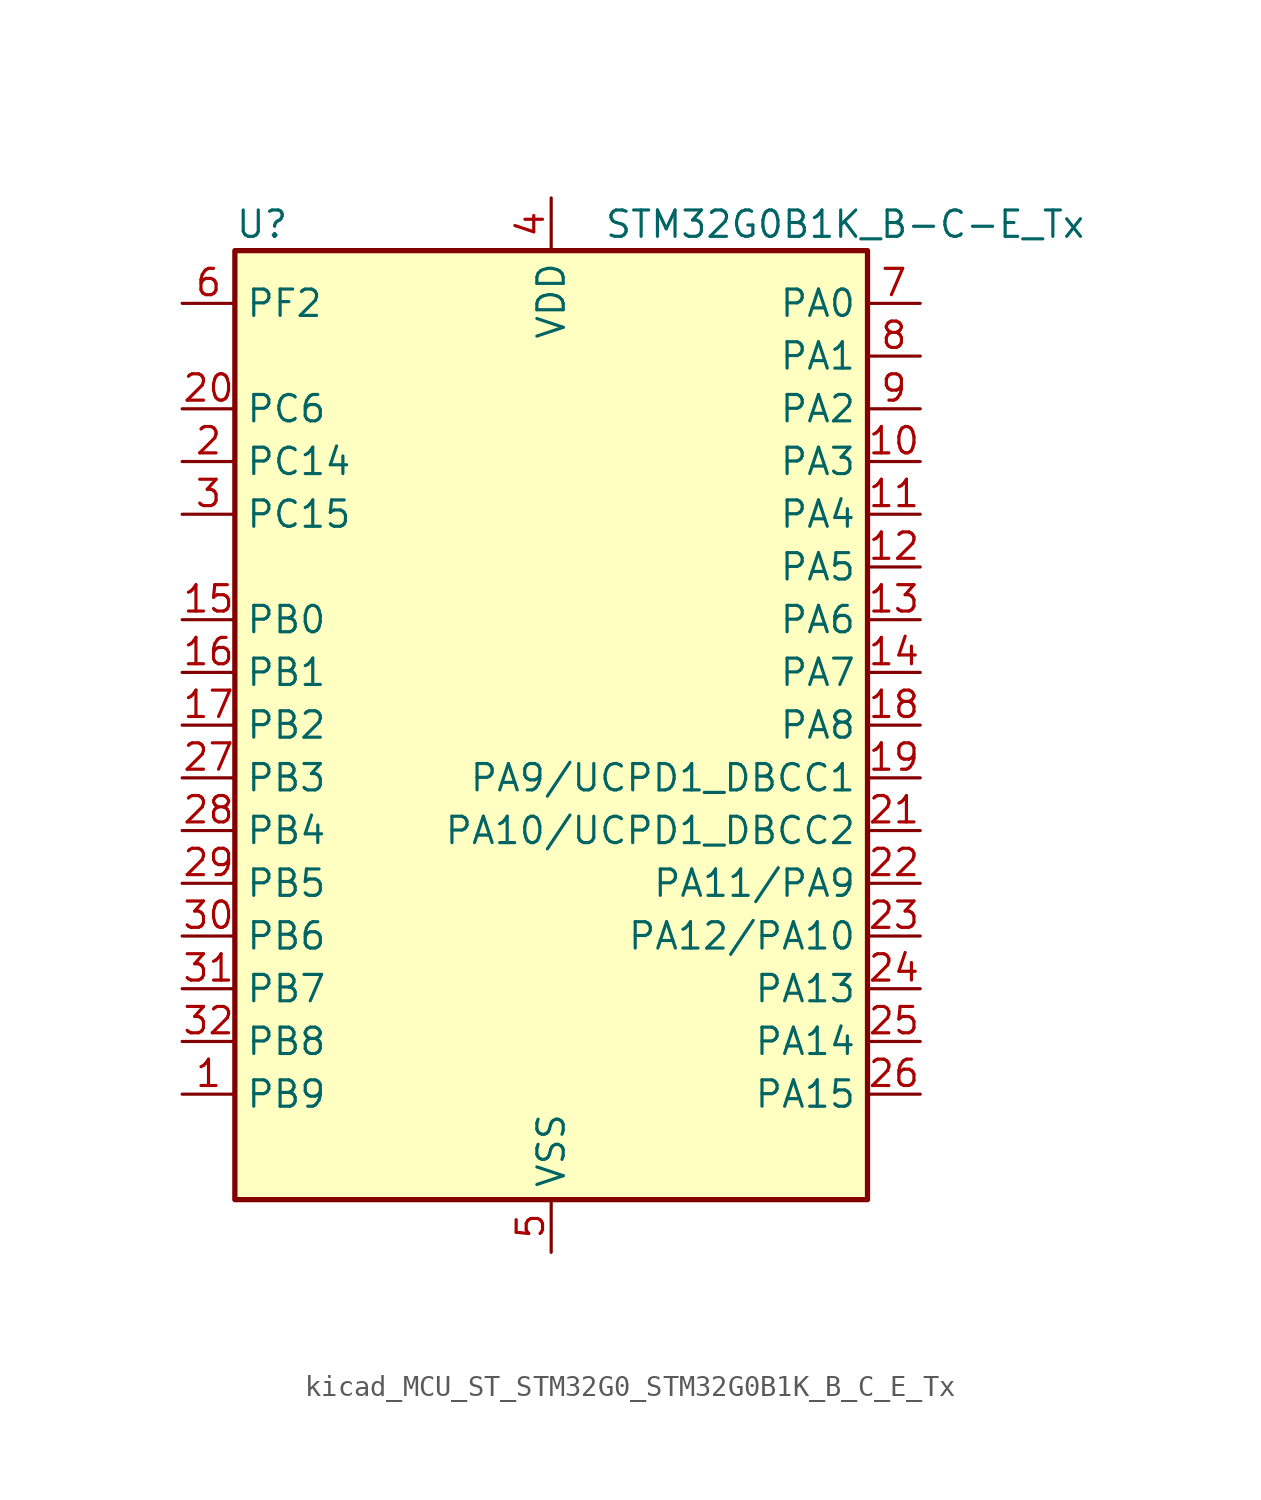
<source format=kicad_sym>
(kicad_symbol_lib
  (version 20220914)
  (generator kicad_symbol_editor)
  (symbol "kicad_MCU_ST_STM32G0_STM32G0B1K_B_C_E_Tx"
    (property "Reference" "U"
      (at -15.24 24.13 0)
      (effects (font (size 1.27 1.27)) (justify left)))
    (property "Value" "STM32G0B1K_B-C-E_Tx"
      (at 2.54 24.13 0)
      (effects (font (size 1.27 1.27)) (justify left)))
    (property "ki_locked" ""
      (at 0 0 0)
      (effects (font (size 1.27 1.27))))
    (symbol "kicad_MCU_ST_STM32G0_STM32G0B1K_B_C_E_Tx_0_1"
      (rectangle (start -15.24 -22.86) (end 15.24 22.86) (stroke (width 0.254) (type default)) (fill (type background))))
    (symbol "kicad_MCU_ST_STM32G0_STM32G0B1K_B_C_E_Tx_1_1"
      (pin bidirectional line (at -17.78 -17.78 0) (length 2.54) (name "PB9" (effects (font (size 1.27 1.27)))) (number "1" (effects (font (size 1.27 1.27)))) (alternate "DAC1_EXTI9" bidirectional line) (alternate "FDCAN1_TX" bidirectional line) (alternate "I2C1_SDA" bidirectional line) (alternate "I2S2_WS" bidirectional line) (alternate "IR_OUT" bidirectional line) (alternate "SPI2_NSS" bidirectional line) (alternate "TIM17_CH1" bidirectional line) (alternate "TIM4_CH4" bidirectional line) (alternate "USART3_RX" bidirectional line) (alternate "USART6_RX" bidirectional line))
      (pin bidirectional line (at 17.78 12.7 180) (length 2.54) (name "PA3" (effects (font (size 1.27 1.27)))) (number "10" (effects (font (size 1.27 1.27)))) (alternate "ADC1_IN3" bidirectional line) (alternate "COMP2_INP" bidirectional line) (alternate "I2S2_MCK" bidirectional line) (alternate "LPUART1_RX" bidirectional line) (alternate "SPI2_MISO" bidirectional line) (alternate "TIM15_CH2" bidirectional line) (alternate "TIM2_CH4" bidirectional line) (alternate "USART2_RX" bidirectional line))
      (pin bidirectional line (at 17.78 10.16 180) (length 2.54) (name "PA4" (effects (font (size 1.27 1.27)))) (number "11" (effects (font (size 1.27 1.27)))) (alternate "ADC1_IN4" bidirectional line) (alternate "DAC1_OUT1" bidirectional line) (alternate "I2S1_WS" bidirectional line) (alternate "I2S2_SD" bidirectional line) (alternate "LPTIM2_OUT" bidirectional line) (alternate "RTC_OUT1" bidirectional line) (alternate "RTC_TAMP_IN1" bidirectional line) (alternate "RTC_TS" bidirectional line) (alternate "SPI1_NSS" bidirectional line) (alternate "SPI2_MOSI" bidirectional line) (alternate "SPI3_NSS" bidirectional line) (alternate "SYS_WKUP2" bidirectional line) (alternate "TIM14_CH1" bidirectional line) (alternate "USART6_TX" bidirectional line) (alternate "USB_NOE" bidirectional line))
      (pin bidirectional line (at 17.78 7.62 180) (length 2.54) (name "PA5" (effects (font (size 1.27 1.27)))) (number "12" (effects (font (size 1.27 1.27)))) (alternate "ADC1_IN5" bidirectional line) (alternate "CEC" bidirectional line) (alternate "DAC1_OUT2" bidirectional line) (alternate "I2S1_CK" bidirectional line) (alternate "LPTIM2_ETR" bidirectional line) (alternate "SPI1_SCK" bidirectional line) (alternate "TIM2_CH1" bidirectional line) (alternate "TIM2_ETR" bidirectional line) (alternate "UCPD1_FRSTX1" bidirectional line) (alternate "UCPD1_FRSTX2" bidirectional line) (alternate "USART3_TX" bidirectional line) (alternate "USART6_RX" bidirectional line))
      (pin bidirectional line (at 17.78 5.08 180) (length 2.54) (name "PA6" (effects (font (size 1.27 1.27)))) (number "13" (effects (font (size 1.27 1.27)))) (alternate "ADC1_IN6" bidirectional line) (alternate "COMP1_OUT" bidirectional line) (alternate "I2C2_SDA" bidirectional line) (alternate "I2C3_SDA" bidirectional line) (alternate "I2S1_MCK" bidirectional line) (alternate "LPUART1_CTS" bidirectional line) (alternate "SPI1_MISO" bidirectional line) (alternate "TIM16_CH1" bidirectional line) (alternate "TIM1_BK" bidirectional line) (alternate "TIM3_CH1" bidirectional line) (alternate "USART3_CTS" bidirectional line) (alternate "USART3_NSS" bidirectional line) (alternate "USART6_CTS" bidirectional line) (alternate "USART6_NSS" bidirectional line))
      (pin bidirectional line (at 17.78 2.54 180) (length 2.54) (name "PA7" (effects (font (size 1.27 1.27)))) (number "14" (effects (font (size 1.27 1.27)))) (alternate "ADC1_IN7" bidirectional line) (alternate "COMP2_OUT" bidirectional line) (alternate "I2C2_SCL" bidirectional line) (alternate "I2C3_SCL" bidirectional line) (alternate "I2S1_SD" bidirectional line) (alternate "SPI1_MOSI" bidirectional line) (alternate "TIM14_CH1" bidirectional line) (alternate "TIM17_CH1" bidirectional line) (alternate "TIM1_CH1N" bidirectional line) (alternate "TIM3_CH2" bidirectional line) (alternate "UCPD1_FRSTX1" bidirectional line) (alternate "UCPD1_FRSTX2" bidirectional line) (alternate "USART6_CK" bidirectional line) (alternate "USART6_DE" bidirectional line) (alternate "USART6_RTS" bidirectional line))
      (pin bidirectional line (at -17.78 5.08 0) (length 2.54) (name "PB0" (effects (font (size 1.27 1.27)))) (number "15" (effects (font (size 1.27 1.27)))) (alternate "ADC1_IN8" bidirectional line) (alternate "COMP1_OUT" bidirectional line) (alternate "COMP3_INP" bidirectional line) (alternate "FDCAN2_RX" bidirectional line) (alternate "I2S1_WS" bidirectional line) (alternate "LPTIM1_OUT" bidirectional line) (alternate "LPUART2_CTS" bidirectional line) (alternate "SPI1_NSS" bidirectional line) (alternate "TIM1_CH2N" bidirectional line) (alternate "TIM3_CH3" bidirectional line) (alternate "UCPD1_FRSTX1" bidirectional line) (alternate "UCPD1_FRSTX2" bidirectional line) (alternate "USART3_RX" bidirectional line) (alternate "USART5_TX" bidirectional line))
      (pin bidirectional line (at -17.78 2.54 0) (length 2.54) (name "PB1" (effects (font (size 1.27 1.27)))) (number "16" (effects (font (size 1.27 1.27)))) (alternate "ADC1_IN9" bidirectional line) (alternate "COMP1_INM" bidirectional line) (alternate "COMP3_OUT" bidirectional line) (alternate "FDCAN2_TX" bidirectional line) (alternate "LPTIM2_IN1" bidirectional line) (alternate "LPUART1_DE" bidirectional line) (alternate "LPUART1_RTS" bidirectional line) (alternate "LPUART2_DE" bidirectional line) (alternate "LPUART2_RTS" bidirectional line) (alternate "TIM14_CH1" bidirectional line) (alternate "TIM1_CH3N" bidirectional line) (alternate "TIM3_CH4" bidirectional line) (alternate "USART3_CK" bidirectional line) (alternate "USART3_DE" bidirectional line) (alternate "USART3_RTS" bidirectional line) (alternate "USART5_RX" bidirectional line))
      (pin bidirectional line (at -17.78 0 0) (length 2.54) (name "PB2" (effects (font (size 1.27 1.27)))) (number "17" (effects (font (size 1.27 1.27)))) (alternate "ADC1_IN10" bidirectional line) (alternate "COMP1_INP" bidirectional line) (alternate "COMP3_INM" bidirectional line) (alternate "I2S2_MCK" bidirectional line) (alternate "LPTIM1_OUT" bidirectional line) (alternate "RCC_MCO_2" bidirectional line) (alternate "SPI2_MISO" bidirectional line) (alternate "USART3_TX" bidirectional line))
      (pin bidirectional line (at 17.78 0 180) (length 2.54) (name "PA8" (effects (font (size 1.27 1.27)))) (number "18" (effects (font (size 1.27 1.27)))) (alternate "CRS1_SYNC" bidirectional line) (alternate "I2C2_SMBA" bidirectional line) (alternate "I2S2_WS" bidirectional line) (alternate "LPTIM2_OUT" bidirectional line) (alternate "RCC_MCO" bidirectional line) (alternate "SPI2_NSS" bidirectional line) (alternate "TIM1_CH1" bidirectional line) (alternate "UCPD1_CC1" bidirectional line))
      (pin bidirectional line (at 17.78 -2.54 180) (length 2.54) (name "PA9/UCPD1_DBCC1" (effects (font (size 1.27 1.27)))) (number "19" (effects (font (size 1.27 1.27)))) (alternate "DAC1_EXTI9" bidirectional line) (alternate "I2C1_SCL" bidirectional line) (alternate "I2C2_SCL" bidirectional line) (alternate "I2S2_MCK" bidirectional line) (alternate "RCC_MCO" bidirectional line) (alternate "SPI2_MISO" bidirectional line) (alternate "TIM15_BK" bidirectional line) (alternate "TIM1_CH2" bidirectional line) (alternate "UCPD1_DBCC1" bidirectional line) (alternate "USART1_TX" bidirectional line))
      (pin bidirectional line (at -17.78 12.7 0) (length 2.54) (name "PC14" (effects (font (size 1.27 1.27)))) (number "2" (effects (font (size 1.27 1.27)))) (alternate "RCC_OSC32_IN" bidirectional line) (alternate "RCC_OSC_IN" bidirectional line) (alternate "TIM1_BK2" bidirectional line))
      (pin bidirectional line (at -17.78 15.24 0) (length 2.54) (name "PC6" (effects (font (size 1.27 1.27)))) (number "20" (effects (font (size 1.27 1.27)))) (alternate "LPUART2_TX" bidirectional line) (alternate "TIM2_CH3" bidirectional line) (alternate "TIM3_CH1" bidirectional line) (alternate "UCPD1_FRSTX1" bidirectional line) (alternate "UCPD1_FRSTX2" bidirectional line))
      (pin bidirectional line (at 17.78 -5.08 180) (length 2.54) (name "PA10/UCPD1_DBCC2" (effects (font (size 1.27 1.27)))) (number "21" (effects (font (size 1.27 1.27)))) (alternate "I2C1_SDA" bidirectional line) (alternate "I2C2_SDA" bidirectional line) (alternate "I2S2_SD" bidirectional line) (alternate "RCC_MCO_2" bidirectional line) (alternate "SPI2_MOSI" bidirectional line) (alternate "TIM17_BK" bidirectional line) (alternate "TIM1_CH3" bidirectional line) (alternate "UCPD1_DBCC2" bidirectional line) (alternate "USART1_RX" bidirectional line))
      (pin bidirectional line (at 17.78 -7.62 180) (length 2.54) (name "PA11/PA9" (effects (font (size 1.27 1.27)))) (number "22" (effects (font (size 1.27 1.27)))) (alternate "ADC1_EXTI11" bidirectional line) (alternate "COMP1_OUT" bidirectional line) (alternate "FDCAN1_RX" bidirectional line) (alternate "I2C2_SCL" bidirectional line) (alternate "I2S1_MCK" bidirectional line) (alternate "SPI1_MISO" bidirectional line) (alternate "TIM1_BK2" bidirectional line) (alternate "TIM1_CH4" bidirectional line) (alternate "USART1_CTS" bidirectional line) (alternate "USART1_NSS" bidirectional line) (alternate "USB_DM" bidirectional line))
      (pin bidirectional line (at 17.78 -10.16 180) (length 2.54) (name "PA12/PA10" (effects (font (size 1.27 1.27)))) (number "23" (effects (font (size 1.27 1.27)))) (alternate "COMP2_OUT" bidirectional line) (alternate "FDCAN1_TX" bidirectional line) (alternate "I2C2_SDA" bidirectional line) (alternate "I2S1_SD" bidirectional line) (alternate "I2S_CKIN" bidirectional line) (alternate "SPI1_MOSI" bidirectional line) (alternate "TIM1_ETR" bidirectional line) (alternate "USART1_CK" bidirectional line) (alternate "USART1_DE" bidirectional line) (alternate "USART1_RTS" bidirectional line) (alternate "USB_DP" bidirectional line))
      (pin bidirectional line (at 17.78 -12.7 180) (length 2.54) (name "PA13" (effects (font (size 1.27 1.27)))) (number "24" (effects (font (size 1.27 1.27)))) (alternate "IR_OUT" bidirectional line) (alternate "LPUART2_RX" bidirectional line) (alternate "SYS_SWDIO" bidirectional line) (alternate "USB_NOE" bidirectional line))
      (pin bidirectional line (at 17.78 -15.24 180) (length 2.54) (name "PA14" (effects (font (size 1.27 1.27)))) (number "25" (effects (font (size 1.27 1.27)))) (alternate "LPUART2_TX" bidirectional line) (alternate "SYS_SWCLK" bidirectional line) (alternate "USART2_TX" bidirectional line))
      (pin bidirectional line (at 17.78 -17.78 180) (length 2.54) (name "PA15" (effects (font (size 1.27 1.27)))) (number "26" (effects (font (size 1.27 1.27)))) (alternate "I2C2_SMBA" bidirectional line) (alternate "I2S1_WS" bidirectional line) (alternate "RCC_MCO_2" bidirectional line) (alternate "SPI1_NSS" bidirectional line) (alternate "SPI3_NSS" bidirectional line) (alternate "TIM2_CH1" bidirectional line) (alternate "TIM2_ETR" bidirectional line) (alternate "USART2_RX" bidirectional line) (alternate "USART3_CK" bidirectional line) (alternate "USART3_DE" bidirectional line) (alternate "USART3_RTS" bidirectional line) (alternate "USART4_CK" bidirectional line) (alternate "USART4_DE" bidirectional line) (alternate "USART4_RTS" bidirectional line) (alternate "USB_NOE" bidirectional line))
      (pin bidirectional line (at -17.78 -2.54 0) (length 2.54) (name "PB3" (effects (font (size 1.27 1.27)))) (number "27" (effects (font (size 1.27 1.27)))) (alternate "COMP2_INM" bidirectional line) (alternate "I2C2_SCL" bidirectional line) (alternate "I2C3_SCL" bidirectional line) (alternate "I2S1_CK" bidirectional line) (alternate "SPI1_SCK" bidirectional line) (alternate "SPI3_SCK" bidirectional line) (alternate "TIM1_CH2" bidirectional line) (alternate "TIM2_CH2" bidirectional line) (alternate "USART1_CK" bidirectional line) (alternate "USART1_DE" bidirectional line) (alternate "USART1_RTS" bidirectional line) (alternate "USART5_TX" bidirectional line))
      (pin bidirectional line (at -17.78 -5.08 0) (length 2.54) (name "PB4" (effects (font (size 1.27 1.27)))) (number "28" (effects (font (size 1.27 1.27)))) (alternate "COMP2_INP" bidirectional line) (alternate "I2C2_SDA" bidirectional line) (alternate "I2C3_SDA" bidirectional line) (alternate "I2S1_MCK" bidirectional line) (alternate "SPI1_MISO" bidirectional line) (alternate "SPI3_MISO" bidirectional line) (alternate "TIM17_BK" bidirectional line) (alternate "TIM3_CH1" bidirectional line) (alternate "USART1_CTS" bidirectional line) (alternate "USART1_NSS" bidirectional line) (alternate "USART5_RX" bidirectional line))
      (pin bidirectional line (at -17.78 -7.62 0) (length 2.54) (name "PB5" (effects (font (size 1.27 1.27)))) (number "29" (effects (font (size 1.27 1.27)))) (alternate "COMP2_OUT" bidirectional line) (alternate "FDCAN2_RX" bidirectional line) (alternate "I2C1_SMBA" bidirectional line) (alternate "I2S1_SD" bidirectional line) (alternate "LPTIM1_IN1" bidirectional line) (alternate "SPI1_MOSI" bidirectional line) (alternate "SPI3_MOSI" bidirectional line) (alternate "SYS_WKUP6" bidirectional line) (alternate "TIM16_BK" bidirectional line) (alternate "TIM3_CH2" bidirectional line) (alternate "USART5_CK" bidirectional line) (alternate "USART5_DE" bidirectional line) (alternate "USART5_RTS" bidirectional line))
      (pin bidirectional line (at -17.78 10.16 0) (length 2.54) (name "PC15" (effects (font (size 1.27 1.27)))) (number "3" (effects (font (size 1.27 1.27)))) (alternate "RCC_OSC32_EN" bidirectional line) (alternate "RCC_OSC32_OUT" bidirectional line) (alternate "RCC_OSC_EN" bidirectional line) (alternate "TIM15_BK" bidirectional line))
      (pin bidirectional line (at -17.78 -10.16 0) (length 2.54) (name "PB6" (effects (font (size 1.27 1.27)))) (number "30" (effects (font (size 1.27 1.27)))) (alternate "COMP2_INP" bidirectional line) (alternate "FDCAN2_TX" bidirectional line) (alternate "I2C1_SCL" bidirectional line) (alternate "I2S2_MCK" bidirectional line) (alternate "LPTIM1_ETR" bidirectional line) (alternate "LPUART2_TX" bidirectional line) (alternate "SPI2_MISO" bidirectional line) (alternate "TIM16_CH1N" bidirectional line) (alternate "TIM1_CH3" bidirectional line) (alternate "TIM4_CH1" bidirectional line) (alternate "USART1_TX" bidirectional line) (alternate "USART5_CTS" bidirectional line) (alternate "USART5_NSS" bidirectional line))
      (pin bidirectional line (at -17.78 -12.7 0) (length 2.54) (name "PB7" (effects (font (size 1.27 1.27)))) (number "31" (effects (font (size 1.27 1.27)))) (alternate "COMP2_INM" bidirectional line) (alternate "I2C1_SDA" bidirectional line) (alternate "I2S2_SD" bidirectional line) (alternate "LPTIM1_IN2" bidirectional line) (alternate "LPUART2_RX" bidirectional line) (alternate "SPI2_MOSI" bidirectional line) (alternate "SYS_PVD_IN" bidirectional line) (alternate "TIM17_CH1N" bidirectional line) (alternate "TIM4_CH2" bidirectional line) (alternate "USART1_RX" bidirectional line) (alternate "USART4_CTS" bidirectional line) (alternate "USART4_NSS" bidirectional line))
      (pin bidirectional line (at -17.78 -15.24 0) (length 2.54) (name "PB8" (effects (font (size 1.27 1.27)))) (number "32" (effects (font (size 1.27 1.27)))) (alternate "CEC" bidirectional line) (alternate "FDCAN1_RX" bidirectional line) (alternate "I2C1_SCL" bidirectional line) (alternate "I2S2_CK" bidirectional line) (alternate "SPI2_SCK" bidirectional line) (alternate "TIM15_BK" bidirectional line) (alternate "TIM16_CH1" bidirectional line) (alternate "TIM4_CH3" bidirectional line) (alternate "USART3_TX" bidirectional line) (alternate "USART6_TX" bidirectional line))
      (pin power_in line (at 0 25.4 270) (length 2.54) (name "VDD" (effects (font (size 1.27 1.27)))) (number "4" (effects (font (size 1.27 1.27)))))
      (pin power_in line (at 0 -25.4 90) (length 2.54) (name "VSS" (effects (font (size 1.27 1.27)))) (number "5" (effects (font (size 1.27 1.27)))))
      (pin bidirectional line (at -17.78 20.32 0) (length 2.54) (name "PF2" (effects (font (size 1.27 1.27)))) (number "6" (effects (font (size 1.27 1.27)))) (alternate "LPUART2_DE" bidirectional line) (alternate "LPUART2_RTS" bidirectional line) (alternate "LPUART2_TX" bidirectional line) (alternate "RCC_MCO" bidirectional line))
      (pin bidirectional line (at 17.78 20.32 180) (length 2.54) (name "PA0" (effects (font (size 1.27 1.27)))) (number "7" (effects (font (size 1.27 1.27)))) (alternate "ADC1_IN0" bidirectional line) (alternate "COMP1_INM" bidirectional line) (alternate "COMP1_OUT" bidirectional line) (alternate "I2S2_CK" bidirectional line) (alternate "LPTIM1_OUT" bidirectional line) (alternate "RTC_TAMP_IN2" bidirectional line) (alternate "SPI2_SCK" bidirectional line) (alternate "SYS_WKUP1" bidirectional line) (alternate "TIM2_CH1" bidirectional line) (alternate "TIM2_ETR" bidirectional line) (alternate "USART2_CTS" bidirectional line) (alternate "USART2_NSS" bidirectional line) (alternate "USART4_TX" bidirectional line))
      (pin bidirectional line (at 17.78 17.78 180) (length 2.54) (name "PA1" (effects (font (size 1.27 1.27)))) (number "8" (effects (font (size 1.27 1.27)))) (alternate "ADC1_IN1" bidirectional line) (alternate "COMP1_INP" bidirectional line) (alternate "I2C1_SMBA" bidirectional line) (alternate "I2S1_CK" bidirectional line) (alternate "SPI1_SCK" bidirectional line) (alternate "TIM15_CH1N" bidirectional line) (alternate "TIM2_CH2" bidirectional line) (alternate "USART2_CK" bidirectional line) (alternate "USART2_DE" bidirectional line) (alternate "USART2_RTS" bidirectional line) (alternate "USART4_RX" bidirectional line))
      (pin bidirectional line (at 17.78 15.24 180) (length 2.54) (name "PA2" (effects (font (size 1.27 1.27)))) (number "9" (effects (font (size 1.27 1.27)))) (alternate "ADC1_IN2" bidirectional line) (alternate "COMP2_INM" bidirectional line) (alternate "COMP2_OUT" bidirectional line) (alternate "I2S1_SD" bidirectional line) (alternate "LPUART1_TX" bidirectional line) (alternate "RCC_LSCO" bidirectional line) (alternate "SPI1_MOSI" bidirectional line) (alternate "SYS_WKUP4" bidirectional line) (alternate "TIM15_CH1" bidirectional line) (alternate "TIM2_CH3" bidirectional line) (alternate "UCPD1_FRSTX1" bidirectional line) (alternate "UCPD1_FRSTX2" bidirectional line) (alternate "USART2_TX" bidirectional line)))))
</source>
